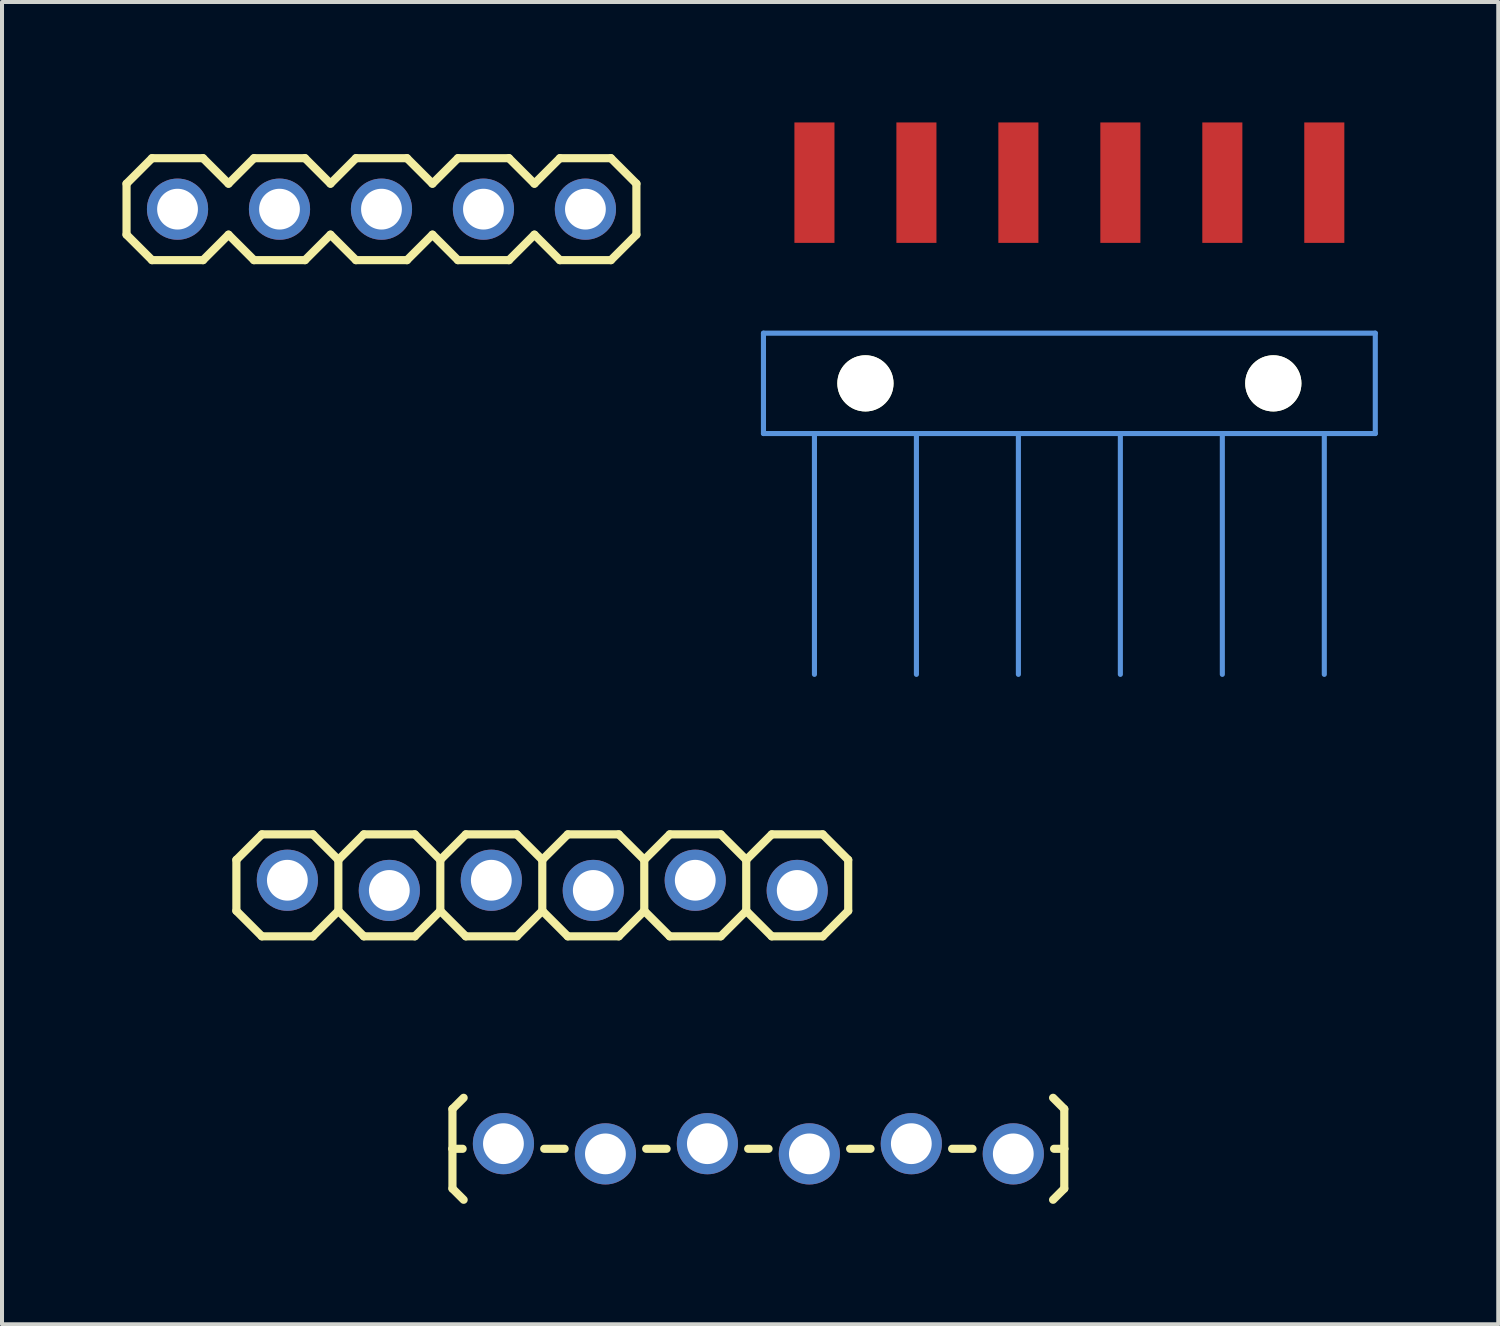
<source format=kicad_pcb>
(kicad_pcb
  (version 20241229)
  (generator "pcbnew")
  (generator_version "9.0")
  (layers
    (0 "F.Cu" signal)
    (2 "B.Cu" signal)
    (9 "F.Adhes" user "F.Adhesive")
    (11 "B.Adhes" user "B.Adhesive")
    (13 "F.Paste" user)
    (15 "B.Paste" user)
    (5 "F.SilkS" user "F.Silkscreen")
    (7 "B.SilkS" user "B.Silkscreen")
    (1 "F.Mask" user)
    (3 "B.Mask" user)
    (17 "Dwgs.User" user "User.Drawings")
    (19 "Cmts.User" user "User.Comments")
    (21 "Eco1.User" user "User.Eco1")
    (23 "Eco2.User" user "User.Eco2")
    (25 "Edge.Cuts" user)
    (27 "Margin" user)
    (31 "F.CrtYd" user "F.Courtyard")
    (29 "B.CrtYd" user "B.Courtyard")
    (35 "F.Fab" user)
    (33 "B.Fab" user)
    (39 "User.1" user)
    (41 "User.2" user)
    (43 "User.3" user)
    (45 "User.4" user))
  (footprint "1X06_LOCK_LONGPADS"
    (layer "F.Cu")
    (at 9.49 25.438)
    (property "Reference" "1X06_LOCK_LONGPADS" (at 1.27 -1.143 0) (layer "Eco1.User") (effects (font (size 1.27 1.27) (thickness 0.102))))
    (attr through_hole)
    (fp_line (start -1.27 -0.864) (end -0.991 -1.143) (stroke (width 0.203) (type solid)) (layer "F.SilkS"))
    (fp_line (start -1.27 0.127) (end -1.27 -0.864) (stroke (width 0.203) (type solid)) (layer "F.SilkS"))
    (fp_line (start -1.27 0.127) (end -1.27 1.118) (stroke (width 0.203) (type solid)) (layer "F.SilkS"))
    (fp_line (start -1.27 0.127) (end -1.016 0.127) (stroke (width 0.203) (type solid)) (layer "F.SilkS"))
    (fp_line (start -1.27 1.118) (end -0.991 1.397) (stroke (width 0.203) (type solid)) (layer "F.SilkS"))
    (fp_line (start 1.524 0.127) (end 1.016 0.127) (stroke (width 0.203) (type solid)) (layer "F.SilkS"))
    (fp_line (start 4.064 0.127) (end 3.556 0.127) (stroke (width 0.203) (type solid)) (layer "F.SilkS"))
    (fp_line (start 6.604 0.127) (end 6.096 0.127) (stroke (width 0.203) (type solid)) (layer "F.SilkS"))
    (fp_line (start 9.144 0.127) (end 8.636 0.127) (stroke (width 0.203) (type solid)) (layer "F.SilkS"))
    (fp_line (start 11.684 0.127) (end 11.176 0.127) (stroke (width 0.203) (type solid)) (layer "F.SilkS"))
    (fp_line (start 13.97 -0.864) (end 13.691 -1.143) (stroke (width 0.203) (type solid)) (layer "F.SilkS"))
    (fp_line (start 13.97 0.127) (end 13.716 0.127) (stroke (width 0.203) (type solid)) (layer "F.SilkS"))
    (fp_line (start 13.97 0.127) (end 13.97 -0.864) (stroke (width 0.203) (type solid)) (layer "F.SilkS"))
    (fp_line (start 13.97 0.127) (end 13.97 1.118) (stroke (width 0.203) (type solid)) (layer "F.SilkS"))
    (fp_line (start 13.97 1.118) (end 13.691 1.397) (stroke (width 0.203) (type solid)) (layer "F.SilkS"))
    (pad "1" thru_hole oval (at 0 0 90) (size 1.524 1.524) (drill 1.016) (layers "*.Cu" "*.Mask"))
    (pad "2" thru_hole oval (at 2.54 0.254 90) (size 1.524 1.524) (drill 1.016) (layers "*.Cu" "*.Mask"))
    (pad "3" thru_hole oval (at 5.08 0 90) (size 1.524 1.524) (drill 1.016) (layers "*.Cu" "*.Mask"))
    (pad "4" thru_hole oval (at 7.62 0.254 90) (size 1.524 1.524) (drill 1.016) (layers "*.Cu" "*.Mask"))
    (pad "5" thru_hole oval (at 10.16 0 90) (size 1.524 1.524) (drill 1.016) (layers "*.Cu" "*.Mask"))
    (pad "6" thru_hole oval (at 12.7 0.254 90) (size 1.524 1.524) (drill 1.016) (layers "*.Cu" "*.Mask")))
  (footprint "1X06-SMD"
    (layer "F.Cu")
    (at 23.587 6.499)
    (property "Reference" "1X06-SMD" (at 0 0 0) (layer "Cmts.User") (effects (font (size 0.001 0.001) (thickness 0.000001))))
    (attr through_hole)
    (fp_line (start -7.62 -1.25) (end -7.62 1.25) (stroke (width 0.127) (type solid)) (layer "Cmts.User"))
    (fp_line (start -7.62 1.25) (end -6.35 1.25) (stroke (width 0.127) (type solid)) (layer "Cmts.User"))
    (fp_line (start -6.35 1.25) (end -6.35 7.249) (stroke (width 0.127) (type solid)) (layer "Cmts.User"))
    (fp_line (start -6.35 1.25) (end -3.81 1.25) (stroke (width 0.127) (type solid)) (layer "Cmts.User"))
    (fp_line (start -3.81 1.25) (end -3.81 7.249) (stroke (width 0.127) (type solid)) (layer "Cmts.User"))
    (fp_line (start -3.81 1.25) (end -1.27 1.25) (stroke (width 0.127) (type solid)) (layer "Cmts.User"))
    (fp_line (start -1.27 1.25) (end -1.27 7.249) (stroke (width 0.127) (type solid)) (layer "Cmts.User"))
    (fp_line (start -1.27 1.25) (end 1.27 1.25) (stroke (width 0.127) (type solid)) (layer "Cmts.User"))
    (fp_line (start 1.27 1.25) (end 1.27 7.249) (stroke (width 0.127) (type solid)) (layer "Cmts.User"))
    (fp_line (start 1.27 1.25) (end 3.81 1.25) (stroke (width 0.127) (type solid)) (layer "Cmts.User"))
    (fp_line (start 3.81 1.25) (end 3.81 7.249) (stroke (width 0.127) (type solid)) (layer "Cmts.User"))
    (fp_line (start 3.81 1.25) (end 6.35 1.25) (stroke (width 0.127) (type solid)) (layer "Cmts.User"))
    (fp_line (start 6.35 1.25) (end 6.35 7.249) (stroke (width 0.127) (type solid)) (layer "Cmts.User"))
    (fp_line (start 6.35 1.25) (end 7.62 1.25) (stroke (width 0.127) (type solid)) (layer "Cmts.User"))
    (fp_line (start 7.62 -1.25) (end -7.62 -1.25) (stroke (width 0.127) (type solid)) (layer "Cmts.User"))
    (fp_line (start 7.62 1.25) (end 7.62 -1.25) (stroke (width 0.127) (type solid)) (layer "Cmts.User"))
    (pad "" np_thru_hole circle (at -5.08 0) (size 1.4 1.4) (drill 1.4) (layers "*.Cu" "*.Mask" "F.SilkS"))
    (pad "" np_thru_hole circle (at 5.08 0) (size 1.4 1.4) (drill 1.4) (layers "*.Cu" "*.Mask" "F.SilkS"))
    (pad "1" smd rect (at -6.35 -4.999 90) (size 3 0.998) (layers "F.Cu" "F.Mask" "F.Paste"))
    (pad "2" smd rect (at -3.81 -4.999 90) (size 3 0.998) (layers "F.Cu" "F.Mask" "F.Paste"))
    (pad "3" smd rect (at -1.27 -4.999 90) (size 3 0.998) (layers "F.Cu" "F.Mask" "F.Paste"))
    (pad "4" smd rect (at 1.27 -4.999 90) (size 3 0.998) (layers "F.Cu" "F.Mask" "F.Paste"))
    (pad "5" smd rect (at 3.81 -4.999 90) (size 3 0.998) (layers "F.Cu" "F.Mask" "F.Paste"))
    (pad "6" smd rect (at 6.35 -4.999 90) (size 3 0.998) (layers "F.Cu" "F.Mask" "F.Paste")))
  (footprint "1X05"
    (layer "F.Cu")
    (at 1.372 2.16)
    (property "Reference" "1X05" (at 1.194 -1.194 0) (layer "Eco1.User") (effects (font (size 1.27 1.27) (thickness 0.127))))
    (attr through_hole)
    (fp_line (start -1.27 -0.635) (end -1.27 0.635) (stroke (width 0.203) (type solid)) (layer "F.SilkS"))
    (fp_line (start -1.27 0.635) (end -0.635 1.27) (stroke (width 0.203) (type solid)) (layer "F.SilkS"))
    (fp_line (start -0.635 -1.27) (end -1.27 -0.635) (stroke (width 0.203) (type solid)) (layer "F.SilkS"))
    (fp_line (start -0.635 -1.27) (end 0.635 -1.27) (stroke (width 0.203) (type solid)) (layer "F.SilkS"))
    (fp_line (start 0.635 -1.27) (end 1.27 -0.635) (stroke (width 0.203) (type solid)) (layer "F.SilkS"))
    (fp_line (start 0.635 1.27) (end -0.635 1.27) (stroke (width 0.203) (type solid)) (layer "F.SilkS"))
    (fp_line (start 1.27 -0.635) (end 1.905 -1.27) (stroke (width 0.203) (type solid)) (layer "F.SilkS"))
    (fp_line (start 1.27 0.635) (end 0.635 1.27) (stroke (width 0.203) (type solid)) (layer "F.SilkS"))
    (fp_line (start 1.905 -1.27) (end 3.175 -1.27) (stroke (width 0.203) (type solid)) (layer "F.SilkS"))
    (fp_line (start 1.905 1.27) (end 1.27 0.635) (stroke (width 0.203) (type solid)) (layer "F.SilkS"))
    (fp_line (start 3.175 -1.27) (end 3.81 -0.635) (stroke (width 0.203) (type solid)) (layer "F.SilkS"))
    (fp_line (start 3.175 1.27) (end 1.905 1.27) (stroke (width 0.203) (type solid)) (layer "F.SilkS"))
    (fp_line (start 3.81 -0.635) (end 4.445 -1.27) (stroke (width 0.203) (type solid)) (layer "F.SilkS"))
    (fp_line (start 3.81 0.635) (end 3.175 1.27) (stroke (width 0.203) (type solid)) (layer "F.SilkS"))
    (fp_line (start 4.445 -1.27) (end 5.715 -1.27) (stroke (width 0.203) (type solid)) (layer "F.SilkS"))
    (fp_line (start 4.445 1.27) (end 3.81 0.635) (stroke (width 0.203) (type solid)) (layer "F.SilkS"))
    (fp_line (start 5.715 -1.27) (end 6.35 -0.635) (stroke (width 0.203) (type solid)) (layer "F.SilkS"))
    (fp_line (start 5.715 1.27) (end 4.445 1.27) (stroke (width 0.203) (type solid)) (layer "F.SilkS"))
    (fp_line (start 6.35 0.635) (end 5.715 1.27) (stroke (width 0.203) (type solid)) (layer "F.SilkS"))
    (fp_line (start 6.35 0.635) (end 6.985 1.27) (stroke (width 0.203) (type solid)) (layer "F.SilkS"))
    (fp_line (start 6.985 -1.27) (end 6.35 -0.635) (stroke (width 0.203) (type solid)) (layer "F.SilkS"))
    (fp_line (start 6.985 -1.27) (end 8.255 -1.27) (stroke (width 0.203) (type solid)) (layer "F.SilkS"))
    (fp_line (start 8.255 -1.27) (end 8.89 -0.635) (stroke (width 0.203) (type solid)) (layer "F.SilkS"))
    (fp_line (start 8.255 1.27) (end 6.985 1.27) (stroke (width 0.203) (type solid)) (layer "F.SilkS"))
    (fp_line (start 8.89 -0.635) (end 9.525 -1.27) (stroke (width 0.203) (type solid)) (layer "F.SilkS"))
    (fp_line (start 8.89 0.635) (end 8.255 1.27) (stroke (width 0.203) (type solid)) (layer "F.SilkS"))
    (fp_line (start 9.525 -1.27) (end 10.795 -1.27) (stroke (width 0.203) (type solid)) (layer "F.SilkS"))
    (fp_line (start 9.525 1.27) (end 8.89 0.635) (stroke (width 0.203) (type solid)) (layer "F.SilkS"))
    (fp_line (start 10.795 -1.27) (end 11.43 -0.635) (stroke (width 0.203) (type solid)) (layer "F.SilkS"))
    (fp_line (start 10.795 1.27) (end 9.525 1.27) (stroke (width 0.203) (type solid)) (layer "F.SilkS"))
    (fp_line (start 11.43 -0.635) (end 11.43 0.635) (stroke (width 0.203) (type solid)) (layer "F.SilkS"))
    (fp_line (start 11.43 0.635) (end 10.795 1.27) (stroke (width 0.203) (type solid)) (layer "F.SilkS"))
    (pad "1" thru_hole oval (at 0 0 90) (size 1.524 1.524) (drill 1.016) (layers "*.Cu" "*.Mask"))
    (pad "2" thru_hole oval (at 2.54 0 90) (size 1.524 1.524) (drill 1.016) (layers "*.Cu" "*.Mask"))
    (pad "3" thru_hole oval (at 5.08 0 90) (size 1.524 1.524) (drill 1.016) (layers "*.Cu" "*.Mask"))
    (pad "4" thru_hole oval (at 7.62 0 90) (size 1.524 1.524) (drill 1.016) (layers "*.Cu" "*.Mask"))
    (pad "5" thru_hole oval (at 10.16 0 90) (size 1.524 1.524) (drill 1.016) (layers "*.Cu" "*.Mask")))
  (footprint "1X06_LOCK"
    (layer "F.Cu")
    (at 4.108 18.876)
    (property "Reference" "1X06_LOCK" (at 1.27 -1.143 0) (layer "Eco1.User") (effects (font (size 1.27 1.27) (thickness 0.102))))
    (attr through_hole)
    (fp_line (start -1.27 -0.508) (end -0.635 -1.143) (stroke (width 0.203) (type solid)) (layer "F.SilkS"))
    (fp_line (start -1.27 0.762) (end -1.27 -0.508) (stroke (width 0.203) (type solid)) (layer "F.SilkS"))
    (fp_line (start -0.635 -1.143) (end 0.635 -1.143) (stroke (width 0.203) (type solid)) (layer "F.SilkS"))
    (fp_line (start -0.635 1.397) (end -1.27 0.762) (stroke (width 0.203) (type solid)) (layer "F.SilkS"))
    (fp_line (start 0.635 -1.143) (end 1.27 -0.508) (stroke (width 0.203) (type solid)) (layer "F.SilkS"))
    (fp_line (start 0.635 1.397) (end -0.635 1.397) (stroke (width 0.203) (type solid)) (layer "F.SilkS"))
    (fp_line (start 1.27 -0.508) (end 1.27 0.762) (stroke (width 0.203) (type solid)) (layer "F.SilkS"))
    (fp_line (start 1.27 -0.508) (end 1.905 -1.143) (stroke (width 0.203) (type solid)) (layer "F.SilkS"))
    (fp_line (start 1.27 0.762) (end 0.635 1.397) (stroke (width 0.203) (type solid)) (layer "F.SilkS"))
    (fp_line (start 1.905 -1.143) (end 3.175 -1.143) (stroke (width 0.203) (type solid)) (layer "F.SilkS"))
    (fp_line (start 1.905 1.397) (end 1.27 0.762) (stroke (width 0.203) (type solid)) (layer "F.SilkS"))
    (fp_line (start 3.175 -1.143) (end 3.81 -0.508) (stroke (width 0.203) (type solid)) (layer "F.SilkS"))
    (fp_line (start 3.175 1.397) (end 1.905 1.397) (stroke (width 0.203) (type solid)) (layer "F.SilkS"))
    (fp_line (start 3.81 -0.508) (end 3.81 0.762) (stroke (width 0.203) (type solid)) (layer "F.SilkS"))
    (fp_line (start 3.81 -0.508) (end 4.445 -1.143) (stroke (width 0.203) (type solid)) (layer "F.SilkS"))
    (fp_line (start 3.81 0.762) (end 3.175 1.397) (stroke (width 0.203) (type solid)) (layer "F.SilkS"))
    (fp_line (start 4.445 -1.143) (end 5.715 -1.143) (stroke (width 0.203) (type solid)) (layer "F.SilkS"))
    (fp_line (start 4.445 1.397) (end 3.81 0.762) (stroke (width 0.203) (type solid)) (layer "F.SilkS"))
    (fp_line (start 5.715 -1.143) (end 6.35 -0.508) (stroke (width 0.203) (type solid)) (layer "F.SilkS"))
    (fp_line (start 5.715 1.397) (end 4.445 1.397) (stroke (width 0.203) (type solid)) (layer "F.SilkS"))
    (fp_line (start 6.35 -0.508) (end 6.35 0.762) (stroke (width 0.203) (type solid)) (layer "F.SilkS"))
    (fp_line (start 6.35 -0.508) (end 6.985 -1.143) (stroke (width 0.203) (type solid)) (layer "F.SilkS"))
    (fp_line (start 6.35 0.762) (end 5.715 1.397) (stroke (width 0.203) (type solid)) (layer "F.SilkS"))
    (fp_line (start 6.985 -1.143) (end 8.255 -1.143) (stroke (width 0.203) (type solid)) (layer "F.SilkS"))
    (fp_line (start 6.985 1.397) (end 6.35 0.762) (stroke (width 0.203) (type solid)) (layer "F.SilkS"))
    (fp_line (start 8.255 -1.143) (end 8.89 -0.508) (stroke (width 0.203) (type solid)) (layer "F.SilkS"))
    (fp_line (start 8.255 1.397) (end 6.985 1.397) (stroke (width 0.203) (type solid)) (layer "F.SilkS"))
    (fp_line (start 8.89 -0.508) (end 8.89 0.762) (stroke (width 0.203) (type solid)) (layer "F.SilkS"))
    (fp_line (start 8.89 -0.508) (end 9.525 -1.143) (stroke (width 0.203) (type solid)) (layer "F.SilkS"))
    (fp_line (start 8.89 0.762) (end 8.255 1.397) (stroke (width 0.203) (type solid)) (layer "F.SilkS"))
    (fp_line (start 9.525 -1.143) (end 10.795 -1.143) (stroke (width 0.203) (type solid)) (layer "F.SilkS"))
    (fp_line (start 9.525 1.397) (end 8.89 0.762) (stroke (width 0.203) (type solid)) (layer "F.SilkS"))
    (fp_line (start 10.795 -1.143) (end 11.43 -0.508) (stroke (width 0.203) (type solid)) (layer "F.SilkS"))
    (fp_line (start 10.795 1.397) (end 9.525 1.397) (stroke (width 0.203) (type solid)) (layer "F.SilkS"))
    (fp_line (start 11.43 -0.508) (end 11.43 0.762) (stroke (width 0.203) (type solid)) (layer "F.SilkS"))
    (fp_line (start 11.43 -0.508) (end 12.065 -1.143) (stroke (width 0.203) (type solid)) (layer "F.SilkS"))
    (fp_line (start 11.43 0.762) (end 10.795 1.397) (stroke (width 0.203) (type solid)) (layer "F.SilkS"))
    (fp_line (start 12.065 -1.143) (end 13.335 -1.143) (stroke (width 0.203) (type solid)) (layer "F.SilkS"))
    (fp_line (start 12.065 1.397) (end 11.43 0.762) (stroke (width 0.203) (type solid)) (layer "F.SilkS"))
    (fp_line (start 13.335 -1.143) (end 13.97 -0.508) (stroke (width 0.203) (type solid)) (layer "F.SilkS"))
    (fp_line (start 13.335 1.397) (end 12.065 1.397) (stroke (width 0.203) (type solid)) (layer "F.SilkS"))
    (fp_line (start 13.97 -0.508) (end 13.97 0.762) (stroke (width 0.203) (type solid)) (layer "F.SilkS"))
    (fp_line (start 13.97 0.762) (end 13.335 1.397) (stroke (width 0.203) (type solid)) (layer "F.SilkS"))
    (pad "1" thru_hole oval (at 0 0) (size 1.524 1.524) (drill 1.016) (layers "*.Cu" "*.Mask"))
    (pad "2" thru_hole oval (at 2.54 0.254) (size 1.524 1.524) (drill 1.016) (layers "*.Cu" "*.Mask"))
    (pad "3" thru_hole oval (at 5.08 0) (size 1.524 1.524) (drill 1.016) (layers "*.Cu" "*.Mask"))
    (pad "4" thru_hole oval (at 7.62 0.254) (size 1.524 1.524) (drill 1.016) (layers "*.Cu" "*.Mask"))
    (pad "5" thru_hole oval (at 10.16 0) (size 1.524 1.524) (drill 1.016) (layers "*.Cu" "*.Mask"))
    (pad "6" thru_hole oval (at 12.7 0.254) (size 1.524 1.524) (drill 1.016) (layers "*.Cu" "*.Mask")))
  (gr_rect
    (start -3 -3)
    (end 34.27 29.937)
    (stroke (width 0.1) (type default))
    (fill no)
    (layer "Edge.Cuts")))
</source>
